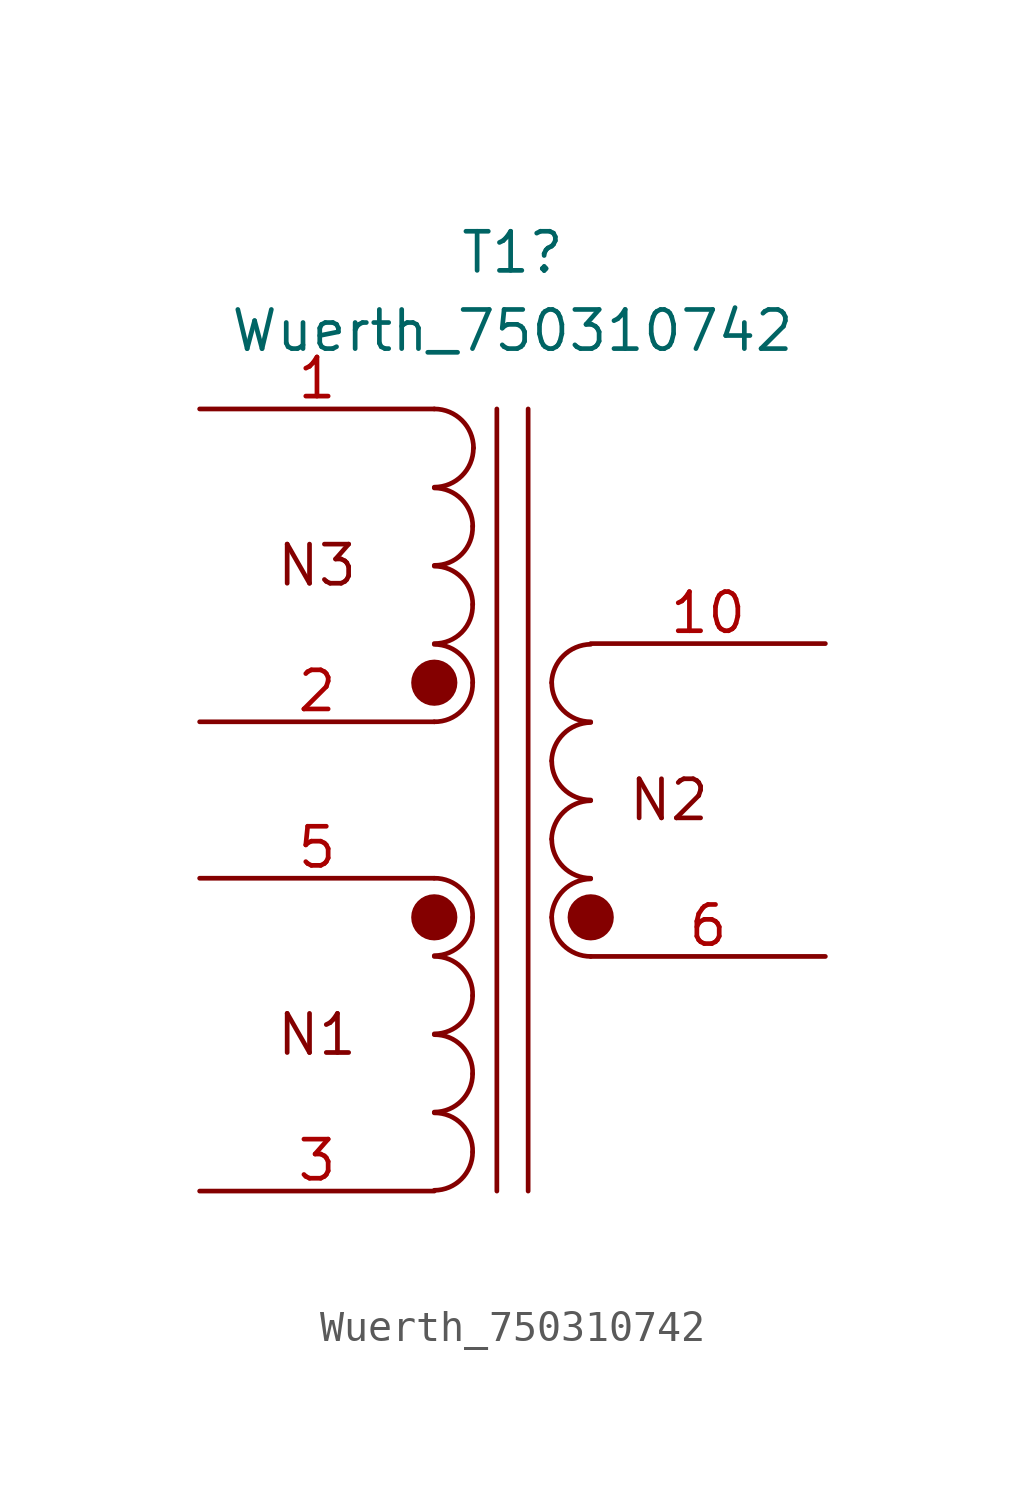
<source format=kicad_sym>
(kicad_symbol_lib
  (version 20231120)
  (generator "kicad_symbol_editor")
  (generator_version "8.0")
  (symbol "Wuerth_750310742"
    (pin_names
      (offset 1.016) hide)
    (property "Reference" "T1"
      (at 0 17.78 0)
      (effects (font (size 1.27 1.27))))
    (property "Value" "Wuerth_750310742"
      (at 0 15.24 0)
      (effects (font (size 1.27 1.27))))
    (symbol "Wuerth_750310742_0_0"
      (arc (start -2.54 10.16) (mid -1.642 10.532) (end -1.27 11.43) (stroke (width 0) (type default)) (fill (type none)))
      (arc (start -1.27 11.43) (mid -1.642 12.328) (end -2.54 12.7) (stroke (width 0) (type default)) (fill (type none)))
      (text "N1" (at -6.35 -7.62 0) (effects (font (size 1.27 1.27))))
      (text "N2" (at 5.08 0 0) (effects (font (size 1.27 1.27))))
      (text "N3" (at -6.35 7.62 0) (effects (font (size 1.27 1.27)))))
    (symbol "Wuerth_750310742_0_1"
      (arc (start -2.5401 -12.6745) (mid -1.66 -12.31) (end -1.2955 -11.4299) (stroke (width 0) (type default)) (fill (type none)))
      (arc (start -2.5401 -10.1345) (mid -1.66 -9.77) (end -1.2955 -8.8899) (stroke (width 0) (type default)) (fill (type none)))
      (arc (start -2.54 -7.5946) (mid -1.6599 -7.2301) (end -1.2954 -6.35) (stroke (width 0) (type default)) (fill (type none)))
      (arc (start -2.54 -5.0546) (mid -1.6599 -4.6901) (end -1.2954 -3.81) (stroke (width 0) (type default)) (fill (type none)))
      (circle (center -2.54 -3.81) (radius 0.0001) (stroke (width 0.75) (type default)) (fill (type none)))
      (arc (start -2.54 2.54) (mid -1.6456 2.9083) (end -1.2954 3.81) (stroke (width 0) (type default)) (fill (type none)))
      (circle (center -2.54 3.81) (radius 0.0001) (stroke (width 0.75) (type default)) (fill (type none)))
      (arc (start -2.54 5.08) (mid -1.6456 5.4483) (end -1.2954 6.35) (stroke (width 0) (type default)) (fill (type none)))
      (arc (start -2.54 7.62) (mid -1.6456 7.9883) (end -1.2954 8.89) (stroke (width 0) (type default)) (fill (type none)))
      (arc (start -1.2954 -11.43) (mid -1.6456 -10.5283) (end -2.54 -10.16) (stroke (width 0) (type default)) (fill (type none)))
      (arc (start -1.2954 -8.89) (mid -1.6456 -7.9883) (end -2.54 -7.62) (stroke (width 0) (type default)) (fill (type none)))
      (arc (start -1.2954 -6.35) (mid -1.6456 -5.4483) (end -2.54 -5.08) (stroke (width 0) (type default)) (fill (type none)))
      (arc (start -1.2954 -3.81) (mid -1.6456 -2.9083) (end -2.54 -2.54) (stroke (width 0) (type default)) (fill (type none)))
      (arc (start -1.2954 3.81) (mid -1.6599 4.6901) (end -2.54 5.0546) (stroke (width 0) (type default)) (fill (type none)))
      (arc (start -1.2954 6.35) (mid -1.6599 7.2301) (end -2.54 7.5946) (stroke (width 0) (type default)) (fill (type none)))
      (arc (start -1.2954 8.89) (mid -1.6599 9.7701) (end -2.54 10.1346) (stroke (width 0) (type default)) (fill (type none)))
      (polyline (pts (xy -0.508 12.7) (xy -0.508 -12.7)) (stroke (width 0) (type default)) (fill (type none)))
      (polyline (pts (xy 0.508 -12.7) (xy 0.508 12.7)) (stroke (width 0) (type default)) (fill (type none)))
      (arc (start 1.27 -3.81) (mid 1.642 -4.708) (end 2.54 -5.08) (stroke (width 0) (type default)) (fill (type none)))
      (arc (start 1.27 -1.27) (mid 1.642 -2.168) (end 2.54 -2.54) (stroke (width 0) (type default)) (fill (type none)))
      (arc (start 1.27 1.27) (mid 1.642 0.372) (end 2.54 0) (stroke (width 0) (type default)) (fill (type none)))
      (arc (start 1.27 3.81) (mid 1.642 2.912) (end 2.54 2.54) (stroke (width 0) (type default)) (fill (type none)))
      (circle (center 2.54 -3.81) (radius 0.0001) (stroke (width 0.75) (type default)) (fill (type none)))
      (arc (start 2.54 -2.5654) (mid 1.6561 -2.9337) (end 1.27 -3.81) (stroke (width 0) (type default)) (fill (type none)))
      (arc (start 2.54 -0.0254) (mid 1.6561 -0.3937) (end 1.27 -1.27) (stroke (width 0) (type default)) (fill (type none)))
      (arc (start 2.54 2.5146) (mid 1.6561 2.1463) (end 1.27 1.27) (stroke (width 0) (type default)) (fill (type none)))
      (arc (start 2.54 5.0546) (mid 1.6561 4.6863) (end 1.27 3.81) (stroke (width 0) (type default)) (fill (type none))))
    (symbol "Wuerth_750310742_1_1"
      (pin passive line (at -10.16 12.7 0) (length 7.62) (name "SD" (effects (font (size 1.27 1.27)))) (number "1" (effects (font (size 1.27 1.27)))))
      (pin passive line (at 10.16 5.08 180) (length 7.62) (name "AB" (effects (font (size 1.27 1.27)))) (number "10" (effects (font (size 1.27 1.27)))))
      (pin passive line (at -10.16 2.54 0) (length 7.62) (name "SC" (effects (font (size 1.27 1.27)))) (number "2" (effects (font (size 1.27 1.27)))))
      (pin passive line (at -10.16 -12.7 0) (length 7.62) (name "SB" (effects (font (size 1.27 1.27)))) (number "3" (effects (font (size 1.27 1.27)))))
      (pin passive line (at -10.16 -2.54 0) (length 7.62) (name "SA" (effects (font (size 1.27 1.27)))) (number "5" (effects (font (size 1.27 1.27)))))
      (pin passive line (at 10.16 -5.08 180) (length 7.62) (name "AA" (effects (font (size 1.27 1.27)))) (number "6" (effects (font (size 1.27 1.27))))))))
</source>
